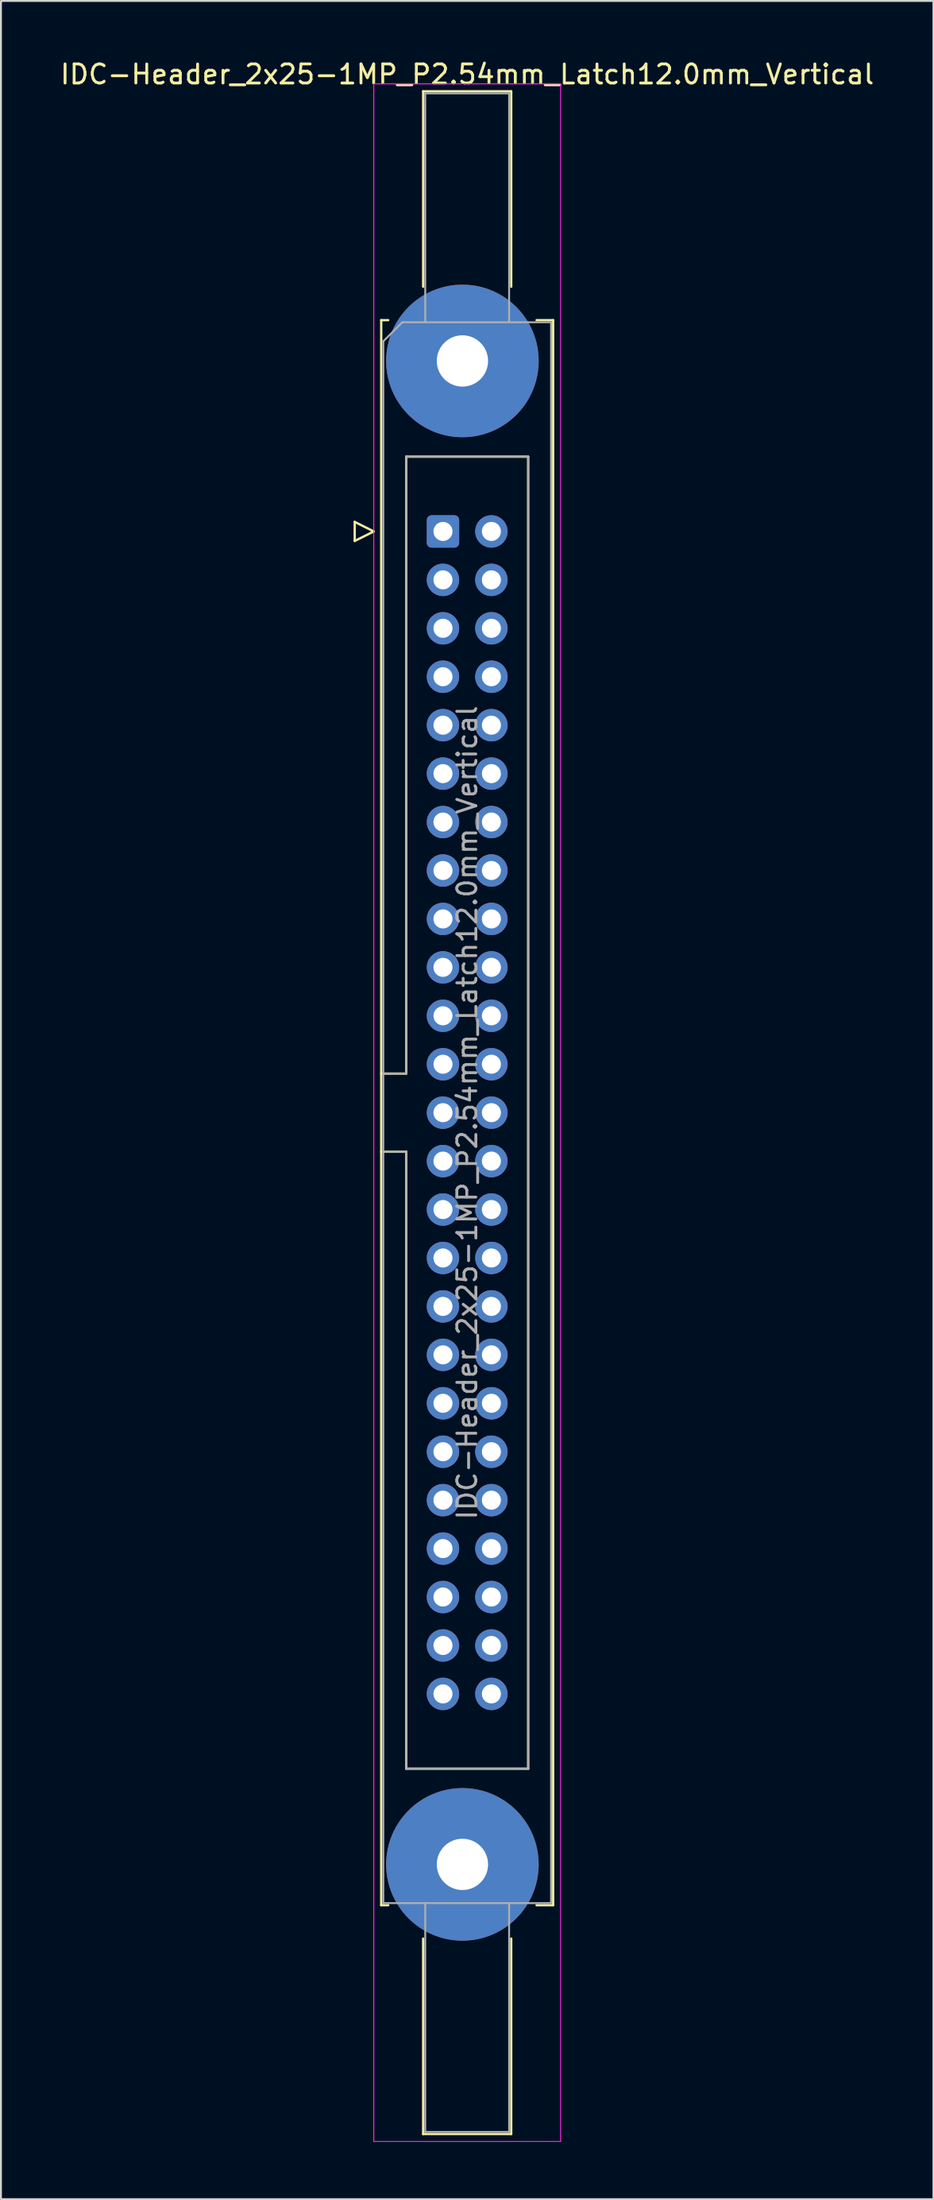
<source format=kicad_pcb>
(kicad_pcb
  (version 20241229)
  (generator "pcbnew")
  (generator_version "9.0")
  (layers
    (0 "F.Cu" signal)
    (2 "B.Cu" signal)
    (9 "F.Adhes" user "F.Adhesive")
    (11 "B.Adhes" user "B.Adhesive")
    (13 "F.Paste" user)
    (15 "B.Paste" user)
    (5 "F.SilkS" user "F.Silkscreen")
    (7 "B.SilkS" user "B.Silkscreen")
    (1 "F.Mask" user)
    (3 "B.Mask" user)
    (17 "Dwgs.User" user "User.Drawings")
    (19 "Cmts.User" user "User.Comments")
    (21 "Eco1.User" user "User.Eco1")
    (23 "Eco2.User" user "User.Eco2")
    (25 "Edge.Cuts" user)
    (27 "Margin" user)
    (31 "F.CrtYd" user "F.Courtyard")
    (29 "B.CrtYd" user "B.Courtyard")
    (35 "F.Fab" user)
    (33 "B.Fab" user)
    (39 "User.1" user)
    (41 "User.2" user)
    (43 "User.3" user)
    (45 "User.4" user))
  (footprint "IDC-Header_2x25-1MP_P2.54mm_Latch12.0mm_Vertical"
    (layer "F.Cu")
    (at 20.188 24.818)
    (property "Reference" "IDC-Header_2x25-1MP_P2.54mm_Latch12.0mm_Vertical" (at 1.27 -23.97 0) (layer "F.SilkS") (effects (font (size 1 1) (thickness 0.15))))
    (attr through_hole)
    (fp_line (start -4.63 -0.5) (end -4.63 0.5) (stroke (width 0.12) (type solid)) (layer "F.SilkS"))
    (fp_line (start -4.63 0.5) (end -3.63 0) (stroke (width 0.12) (type solid)) (layer "F.SilkS"))
    (fp_line (start -3.63 0) (end -4.63 -0.5) (stroke (width 0.12) (type solid)) (layer "F.SilkS"))
    (fp_line (start -3.24 -11.08) (end -3.24 72.04) (stroke (width 0.12) (type solid)) (layer "F.SilkS"))
    (fp_line (start -3.24 28.43) (end -1.93 28.43) (stroke (width 0.12) (type solid)) (layer "F.SilkS"))
    (fp_line (start -3.24 72.04) (end -2.87 72.04) (stroke (width 0.12) (type solid)) (layer "F.SilkS"))
    (fp_line (start -2.87 -11.08) (end -3.24 -11.08) (stroke (width 0.12) (type solid)) (layer "F.SilkS"))
    (fp_line (start -1.93 -3.92) (end 4.47 -3.92) (stroke (width 0.12) (type solid)) (layer "F.SilkS"))
    (fp_line (start -1.93 28.43) (end -1.93 -3.92) (stroke (width 0.12) (type solid)) (layer "F.SilkS"))
    (fp_line (start -1.93 32.53) (end -3.24 32.53) (stroke (width 0.12) (type solid)) (layer "F.SilkS"))
    (fp_line (start -1.93 32.53) (end -1.93 32.53) (stroke (width 0.12) (type solid)) (layer "F.SilkS"))
    (fp_line (start -1.93 64.88) (end -1.93 32.53) (stroke (width 0.12) (type solid)) (layer "F.SilkS"))
    (fp_line (start -1.04 -23.08) (end 3.58 -23.08) (stroke (width 0.12) (type solid)) (layer "F.SilkS"))
    (fp_line (start -1.04 -12.83) (end -1.04 -23.08) (stroke (width 0.12) (type solid)) (layer "F.SilkS"))
    (fp_line (start -1.04 73.79) (end -1.04 84.04) (stroke (width 0.12) (type solid)) (layer "F.SilkS"))
    (fp_line (start -1.04 84.04) (end 3.58 84.04) (stroke (width 0.12) (type solid)) (layer "F.SilkS"))
    (fp_line (start 3.58 -23.08) (end 3.58 -12.83) (stroke (width 0.12) (type solid)) (layer "F.SilkS"))
    (fp_line (start 3.58 84.04) (end 3.58 73.79) (stroke (width 0.12) (type solid)) (layer "F.SilkS"))
    (fp_line (start 4.47 -3.92) (end 4.47 64.88) (stroke (width 0.12) (type solid)) (layer "F.SilkS"))
    (fp_line (start 4.47 64.88) (end -1.93 64.88) (stroke (width 0.12) (type solid)) (layer "F.SilkS"))
    (fp_line (start 4.91 -11.08) (end 5.78 -11.08) (stroke (width 0.12) (type solid)) (layer "F.SilkS"))
    (fp_line (start 5.78 -11.08) (end 5.78 72.04) (stroke (width 0.12) (type solid)) (layer "F.SilkS"))
    (fp_line (start 5.78 72.04) (end 4.91 72.04) (stroke (width 0.12) (type solid)) (layer "F.SilkS"))
    (fp_line (start -3.63 -23.47) (end -3.63 84.43) (stroke (width 0.05) (type solid)) (layer "F.CrtYd"))
    (fp_line (start -3.63 84.43) (end 6.17 84.43) (stroke (width 0.05) (type solid)) (layer "F.CrtYd"))
    (fp_line (start 6.17 -23.47) (end -3.63 -23.47) (stroke (width 0.05) (type solid)) (layer "F.CrtYd"))
    (fp_line (start 6.17 84.43) (end 6.17 -23.47) (stroke (width 0.05) (type solid)) (layer "F.CrtYd"))
    (fp_line (start -3.13 -9.97) (end -2.13 -10.97) (stroke (width 0.1) (type solid)) (layer "F.Fab"))
    (fp_line (start -3.13 28.43) (end -1.93 28.43) (stroke (width 0.1) (type solid)) (layer "F.Fab"))
    (fp_line (start -3.13 71.93) (end -3.13 -9.97) (stroke (width 0.1) (type solid)) (layer "F.Fab"))
    (fp_line (start -2.13 -10.97) (end 5.67 -10.97) (stroke (width 0.1) (type solid)) (layer "F.Fab"))
    (fp_line (start -1.93 -3.92) (end 4.47 -3.92) (stroke (width 0.1) (type solid)) (layer "F.Fab"))
    (fp_line (start -1.93 28.43) (end -1.93 -3.92) (stroke (width 0.1) (type solid)) (layer "F.Fab"))
    (fp_line (start -1.93 32.53) (end -3.13 32.53) (stroke (width 0.1) (type solid)) (layer "F.Fab"))
    (fp_line (start -1.93 32.53) (end -1.93 32.53) (stroke (width 0.1) (type solid)) (layer "F.Fab"))
    (fp_line (start -1.93 64.88) (end -1.93 32.53) (stroke (width 0.1) (type solid)) (layer "F.Fab"))
    (fp_line (start -0.93 -22.97) (end 3.47 -22.97) (stroke (width 0.1) (type solid)) (layer "F.Fab"))
    (fp_line (start -0.93 -10.97) (end -0.93 -22.97) (stroke (width 0.1) (type solid)) (layer "F.Fab"))
    (fp_line (start -0.93 71.93) (end -0.93 83.93) (stroke (width 0.1) (type solid)) (layer "F.Fab"))
    (fp_line (start -0.93 83.93) (end 3.47 83.93) (stroke (width 0.1) (type solid)) (layer "F.Fab"))
    (fp_line (start 3.47 -22.97) (end 3.47 -10.97) (stroke (width 0.1) (type solid)) (layer "F.Fab"))
    (fp_line (start 3.47 83.93) (end 3.47 71.93) (stroke (width 0.1) (type solid)) (layer "F.Fab"))
    (fp_line (start 4.47 -3.92) (end 4.47 64.88) (stroke (width 0.1) (type solid)) (layer "F.Fab"))
    (fp_line (start 4.47 64.88) (end -1.93 64.88) (stroke (width 0.1) (type solid)) (layer "F.Fab"))
    (fp_line (start 5.67 -10.97) (end 5.67 71.93) (stroke (width 0.1) (type solid)) (layer "F.Fab"))
    (fp_line (start 5.67 71.93) (end -3.13 71.93) (stroke (width 0.1) (type solid)) (layer "F.Fab"))
    (fp_text user "${REFERENCE}" (at 1.27 30.48 90) (layer "F.Fab") (effects (font (size 1 1) (thickness 0.15))))
    (pad "1" thru_hole roundrect (at 0 0) (size 1.7 1.7) (drill 1) (layers "*.Cu" "*.Mask") (roundrect_rratio 0.147))
    (pad "2" thru_hole circle (at 2.54 0) (size 1.7 1.7) (drill 1) (layers "*.Cu" "*.Mask"))
    (pad "3" thru_hole circle (at 0 2.54) (size 1.7 1.7) (drill 1) (layers "*.Cu" "*.Mask"))
    (pad "4" thru_hole circle (at 2.54 2.54) (size 1.7 1.7) (drill 1) (layers "*.Cu" "*.Mask"))
    (pad "5" thru_hole circle (at 0 5.08) (size 1.7 1.7) (drill 1) (layers "*.Cu" "*.Mask"))
    (pad "6" thru_hole circle (at 2.54 5.08) (size 1.7 1.7) (drill 1) (layers "*.Cu" "*.Mask"))
    (pad "7" thru_hole circle (at 0 7.62) (size 1.7 1.7) (drill 1) (layers "*.Cu" "*.Mask"))
    (pad "8" thru_hole circle (at 2.54 7.62) (size 1.7 1.7) (drill 1) (layers "*.Cu" "*.Mask"))
    (pad "9" thru_hole circle (at 0 10.16) (size 1.7 1.7) (drill 1) (layers "*.Cu" "*.Mask"))
    (pad "10" thru_hole circle (at 2.54 10.16) (size 1.7 1.7) (drill 1) (layers "*.Cu" "*.Mask"))
    (pad "11" thru_hole circle (at 0 12.7) (size 1.7 1.7) (drill 1) (layers "*.Cu" "*.Mask"))
    (pad "12" thru_hole circle (at 2.54 12.7) (size 1.7 1.7) (drill 1) (layers "*.Cu" "*.Mask"))
    (pad "13" thru_hole circle (at 0 15.24) (size 1.7 1.7) (drill 1) (layers "*.Cu" "*.Mask"))
    (pad "14" thru_hole circle (at 2.54 15.24) (size 1.7 1.7) (drill 1) (layers "*.Cu" "*.Mask"))
    (pad "15" thru_hole circle (at 0 17.78) (size 1.7 1.7) (drill 1) (layers "*.Cu" "*.Mask"))
    (pad "16" thru_hole circle (at 2.54 17.78) (size 1.7 1.7) (drill 1) (layers "*.Cu" "*.Mask"))
    (pad "17" thru_hole circle (at 0 20.32) (size 1.7 1.7) (drill 1) (layers "*.Cu" "*.Mask"))
    (pad "18" thru_hole circle (at 2.54 20.32) (size 1.7 1.7) (drill 1) (layers "*.Cu" "*.Mask"))
    (pad "19" thru_hole circle (at 0 22.86) (size 1.7 1.7) (drill 1) (layers "*.Cu" "*.Mask"))
    (pad "20" thru_hole circle (at 2.54 22.86) (size 1.7 1.7) (drill 1) (layers "*.Cu" "*.Mask"))
    (pad "21" thru_hole circle (at 0 25.4) (size 1.7 1.7) (drill 1) (layers "*.Cu" "*.Mask"))
    (pad "22" thru_hole circle (at 2.54 25.4) (size 1.7 1.7) (drill 1) (layers "*.Cu" "*.Mask"))
    (pad "23" thru_hole circle (at 0 27.94) (size 1.7 1.7) (drill 1) (layers "*.Cu" "*.Mask"))
    (pad "24" thru_hole circle (at 2.54 27.94) (size 1.7 1.7) (drill 1) (layers "*.Cu" "*.Mask"))
    (pad "25" thru_hole circle (at 0 30.48) (size 1.7 1.7) (drill 1) (layers "*.Cu" "*.Mask"))
    (pad "26" thru_hole circle (at 2.54 30.48) (size 1.7 1.7) (drill 1) (layers "*.Cu" "*.Mask"))
    (pad "27" thru_hole circle (at 0 33.02) (size 1.7 1.7) (drill 1) (layers "*.Cu" "*.Mask"))
    (pad "28" thru_hole circle (at 2.54 33.02) (size 1.7 1.7) (drill 1) (layers "*.Cu" "*.Mask"))
    (pad "29" thru_hole circle (at 0 35.56) (size 1.7 1.7) (drill 1) (layers "*.Cu" "*.Mask"))
    (pad "30" thru_hole circle (at 2.54 35.56) (size 1.7 1.7) (drill 1) (layers "*.Cu" "*.Mask"))
    (pad "31" thru_hole circle (at 0 38.1) (size 1.7 1.7) (drill 1) (layers "*.Cu" "*.Mask"))
    (pad "32" thru_hole circle (at 2.54 38.1) (size 1.7 1.7) (drill 1) (layers "*.Cu" "*.Mask"))
    (pad "33" thru_hole circle (at 0 40.64) (size 1.7 1.7) (drill 1) (layers "*.Cu" "*.Mask"))
    (pad "34" thru_hole circle (at 2.54 40.64) (size 1.7 1.7) (drill 1) (layers "*.Cu" "*.Mask"))
    (pad "35" thru_hole circle (at 0 43.18) (size 1.7 1.7) (drill 1) (layers "*.Cu" "*.Mask"))
    (pad "36" thru_hole circle (at 2.54 43.18) (size 1.7 1.7) (drill 1) (layers "*.Cu" "*.Mask"))
    (pad "37" thru_hole circle (at 0 45.72) (size 1.7 1.7) (drill 1) (layers "*.Cu" "*.Mask"))
    (pad "38" thru_hole circle (at 2.54 45.72) (size 1.7 1.7) (drill 1) (layers "*.Cu" "*.Mask"))
    (pad "39" thru_hole circle (at 0 48.26) (size 1.7 1.7) (drill 1) (layers "*.Cu" "*.Mask"))
    (pad "40" thru_hole circle (at 2.54 48.26) (size 1.7 1.7) (drill 1) (layers "*.Cu" "*.Mask"))
    (pad "41" thru_hole circle (at 0 50.8) (size 1.7 1.7) (drill 1) (layers "*.Cu" "*.Mask"))
    (pad "42" thru_hole circle (at 2.54 50.8) (size 1.7 1.7) (drill 1) (layers "*.Cu" "*.Mask"))
    (pad "43" thru_hole circle (at 0 53.34) (size 1.7 1.7) (drill 1) (layers "*.Cu" "*.Mask"))
    (pad "44" thru_hole circle (at 2.54 53.34) (size 1.7 1.7) (drill 1) (layers "*.Cu" "*.Mask"))
    (pad "45" thru_hole circle (at 0 55.88) (size 1.7 1.7) (drill 1) (layers "*.Cu" "*.Mask"))
    (pad "46" thru_hole circle (at 2.54 55.88) (size 1.7 1.7) (drill 1) (layers "*.Cu" "*.Mask"))
    (pad "47" thru_hole circle (at 0 58.42) (size 1.7 1.7) (drill 1) (layers "*.Cu" "*.Mask"))
    (pad "48" thru_hole circle (at 2.54 58.42) (size 1.7 1.7) (drill 1) (layers "*.Cu" "*.Mask"))
    (pad "49" thru_hole circle (at 0 60.96) (size 1.7 1.7) (drill 1) (layers "*.Cu" "*.Mask"))
    (pad "50" thru_hole circle (at 2.54 60.96) (size 1.7 1.7) (drill 1) (layers "*.Cu" "*.Mask"))
    (pad "MP" thru_hole circle (at 1.02 -8.94) (size 8 8) (drill 2.69) (layers "*.Cu" "*.Mask"))
    (pad "MP" thru_hole circle (at 1.02 69.9) (size 8 8) (drill 2.69) (layers "*.Cu" "*.Mask")))
  (gr_rect
    (start -3 -3)
    (end 45.917 112.273)
    (stroke (width 0.1) (type default))
    (fill no)
    (layer "Edge.Cuts")))
</source>
